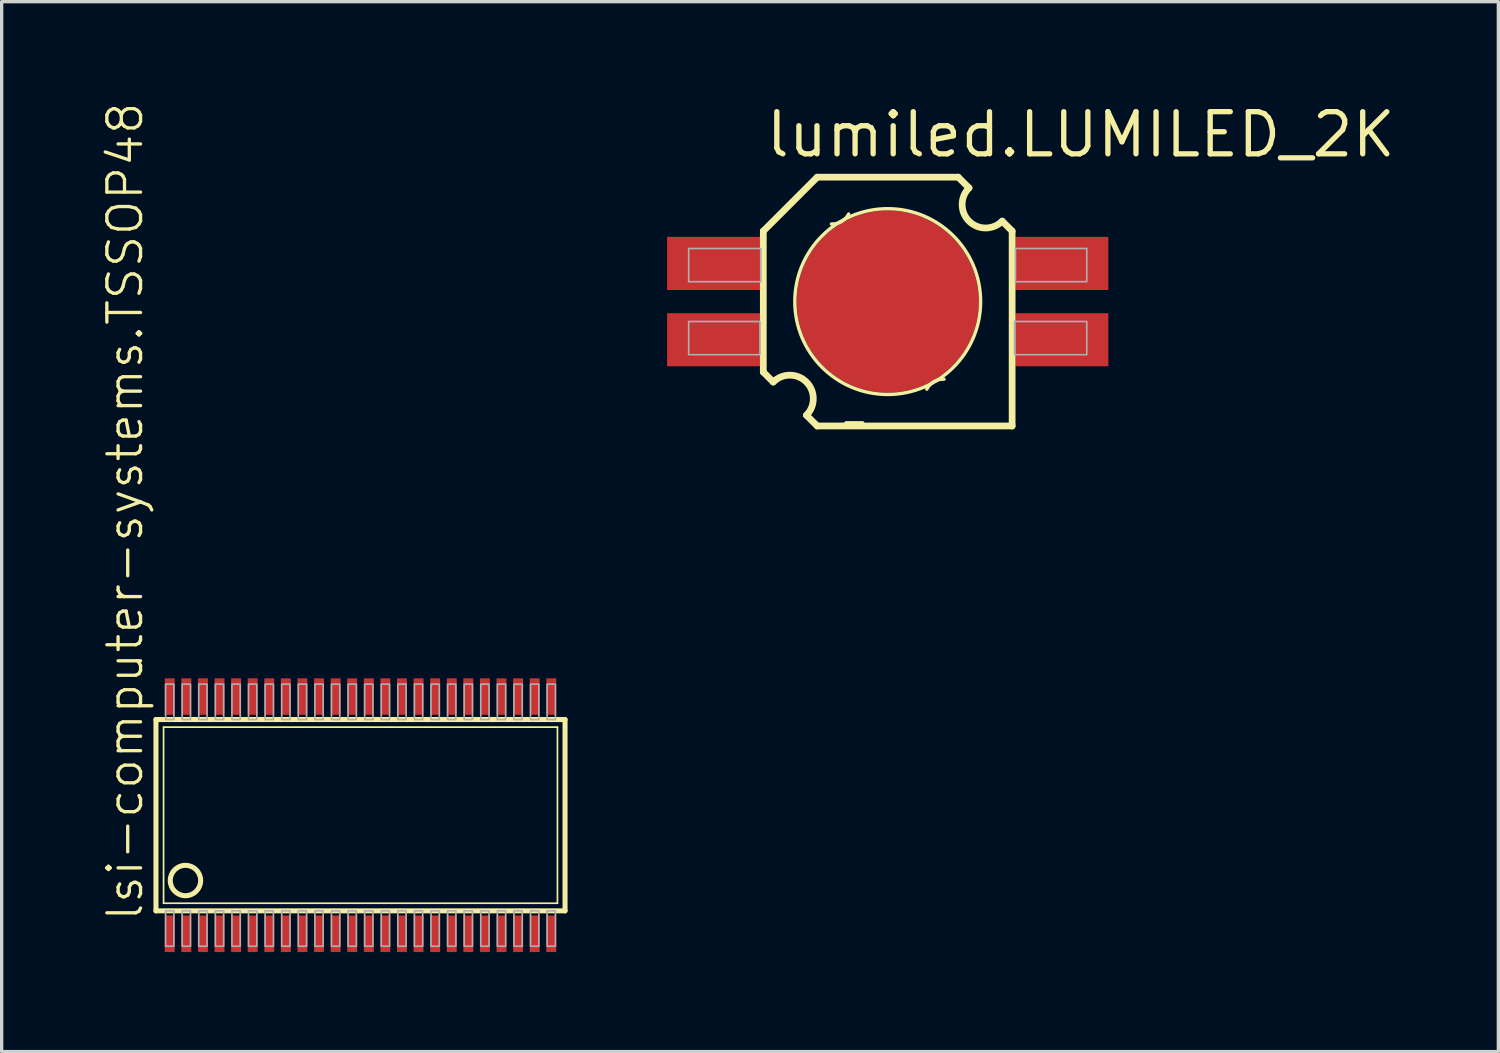
<source format=kicad_pcb>
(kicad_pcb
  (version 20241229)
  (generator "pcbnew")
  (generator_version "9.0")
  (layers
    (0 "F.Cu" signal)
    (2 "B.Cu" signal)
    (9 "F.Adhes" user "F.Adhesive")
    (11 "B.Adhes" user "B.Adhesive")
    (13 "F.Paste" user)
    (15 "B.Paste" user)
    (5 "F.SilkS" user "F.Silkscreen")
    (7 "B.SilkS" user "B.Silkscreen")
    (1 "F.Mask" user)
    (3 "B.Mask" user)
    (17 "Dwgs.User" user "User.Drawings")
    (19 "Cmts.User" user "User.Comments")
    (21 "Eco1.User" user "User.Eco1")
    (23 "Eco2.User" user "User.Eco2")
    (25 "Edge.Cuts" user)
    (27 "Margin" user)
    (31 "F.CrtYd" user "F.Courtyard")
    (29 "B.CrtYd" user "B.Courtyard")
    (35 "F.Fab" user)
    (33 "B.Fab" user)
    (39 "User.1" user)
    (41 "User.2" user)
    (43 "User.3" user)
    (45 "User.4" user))
  (footprint "lsi-computer-systems.TSSOP48"
    (layer "F.Cu")
    (at 7.816 21.521)
    (property "Reference" "lsi-computer-systems.TSSOP48" (at -6.5 3.25 90) (layer "F.SilkS") (effects (font (size 1.016 1.016) (thickness 0.1)) (justify left bottom)))
    (attr smd)
    (fp_line (start -6.165 2.883) (end -6.165 -2.883) (stroke (width 0.152) (type default)) (layer "F.SilkS"))
    (fp_line (start -6.165 2.883) (end 6.165 2.883) (stroke (width 0.152) (type default)) (layer "F.SilkS"))
    (fp_line (start -5.936 2.654) (end -5.936 -2.654) (stroke (width 0.051) (type default)) (layer "F.SilkS"))
    (fp_line (start -5.936 2.654) (end 5.936 2.654) (stroke (width 0.051) (type default)) (layer "F.SilkS"))
    (fp_line (start 5.936 -2.654) (end -5.936 -2.654) (stroke (width 0.051) (type default)) (layer "F.SilkS"))
    (fp_line (start 5.936 -2.654) (end 5.936 2.654) (stroke (width 0.051) (type default)) (layer "F.SilkS"))
    (fp_line (start 6.165 -2.883) (end -6.165 -2.883) (stroke (width 0.152) (type default)) (layer "F.SilkS"))
    (fp_line (start 6.165 -2.883) (end 6.165 2.883) (stroke (width 0.152) (type default)) (layer "F.SilkS"))
    (fp_circle (center -5.276 1.969) (end -4.818 1.969) (stroke (width 0.152) (type default)) (fill no) (layer "F.SilkS"))
    (fp_rect (start -5.875 -2.883) (end -5.625 -3.95) (stroke (width 0.05) (type default)) (fill no) (layer "F.Fab"))
    (fp_rect (start -5.875 3.95) (end -5.625 2.883) (stroke (width 0.05) (type default)) (fill no) (layer "F.Fab"))
    (fp_rect (start -5.375 -2.883) (end -5.125 -3.95) (stroke (width 0.05) (type default)) (fill no) (layer "F.Fab"))
    (fp_rect (start -5.375 3.95) (end -5.125 2.883) (stroke (width 0.05) (type default)) (fill no) (layer "F.Fab"))
    (fp_rect (start -4.875 -2.883) (end -4.625 -3.95) (stroke (width 0.05) (type default)) (fill no) (layer "F.Fab"))
    (fp_rect (start -4.875 3.95) (end -4.625 2.883) (stroke (width 0.05) (type default)) (fill no) (layer "F.Fab"))
    (fp_rect (start -4.375 -2.883) (end -4.125 -3.95) (stroke (width 0.05) (type default)) (fill no) (layer "F.Fab"))
    (fp_rect (start -4.375 3.95) (end -4.125 2.883) (stroke (width 0.05) (type default)) (fill no) (layer "F.Fab"))
    (fp_rect (start -3.875 -2.883) (end -3.625 -3.95) (stroke (width 0.05) (type default)) (fill no) (layer "F.Fab"))
    (fp_rect (start -3.875 3.95) (end -3.625 2.883) (stroke (width 0.05) (type default)) (fill no) (layer "F.Fab"))
    (fp_rect (start -3.375 -2.883) (end -3.125 -3.95) (stroke (width 0.05) (type default)) (fill no) (layer "F.Fab"))
    (fp_rect (start -3.375 3.95) (end -3.125 2.883) (stroke (width 0.05) (type default)) (fill no) (layer "F.Fab"))
    (fp_rect (start -2.875 -2.883) (end -2.625 -3.95) (stroke (width 0.05) (type default)) (fill no) (layer "F.Fab"))
    (fp_rect (start -2.875 3.95) (end -2.625 2.883) (stroke (width 0.05) (type default)) (fill no) (layer "F.Fab"))
    (fp_rect (start -2.375 -2.883) (end -2.125 -3.95) (stroke (width 0.05) (type default)) (fill no) (layer "F.Fab"))
    (fp_rect (start -2.375 3.95) (end -2.125 2.883) (stroke (width 0.05) (type default)) (fill no) (layer "F.Fab"))
    (fp_rect (start -1.875 -2.883) (end -1.625 -3.95) (stroke (width 0.05) (type default)) (fill no) (layer "F.Fab"))
    (fp_rect (start -1.875 3.95) (end -1.625 2.883) (stroke (width 0.05) (type default)) (fill no) (layer "F.Fab"))
    (fp_rect (start -1.375 -2.883) (end -1.125 -3.95) (stroke (width 0.05) (type default)) (fill no) (layer "F.Fab"))
    (fp_rect (start -1.375 3.95) (end -1.125 2.883) (stroke (width 0.05) (type default)) (fill no) (layer "F.Fab"))
    (fp_rect (start -0.875 -2.883) (end -0.625 -3.95) (stroke (width 0.05) (type default)) (fill no) (layer "F.Fab"))
    (fp_rect (start -0.875 3.95) (end -0.625 2.883) (stroke (width 0.05) (type default)) (fill no) (layer "F.Fab"))
    (fp_rect (start -0.375 -2.883) (end -0.125 -3.95) (stroke (width 0.05) (type default)) (fill no) (layer "F.Fab"))
    (fp_rect (start -0.375 3.95) (end -0.125 2.883) (stroke (width 0.05) (type default)) (fill no) (layer "F.Fab"))
    (fp_rect (start 0.125 -2.883) (end 0.375 -3.95) (stroke (width 0.05) (type default)) (fill no) (layer "F.Fab"))
    (fp_rect (start 0.125 3.95) (end 0.375 2.883) (stroke (width 0.05) (type default)) (fill no) (layer "F.Fab"))
    (fp_rect (start 0.625 -2.883) (end 0.875 -3.95) (stroke (width 0.05) (type default)) (fill no) (layer "F.Fab"))
    (fp_rect (start 0.625 3.95) (end 0.875 2.883) (stroke (width 0.05) (type default)) (fill no) (layer "F.Fab"))
    (fp_rect (start 1.125 -2.883) (end 1.375 -3.95) (stroke (width 0.05) (type default)) (fill no) (layer "F.Fab"))
    (fp_rect (start 1.125 3.95) (end 1.375 2.883) (stroke (width 0.05) (type default)) (fill no) (layer "F.Fab"))
    (fp_rect (start 1.625 -2.883) (end 1.875 -3.95) (stroke (width 0.05) (type default)) (fill no) (layer "F.Fab"))
    (fp_rect (start 1.625 3.95) (end 1.875 2.883) (stroke (width 0.05) (type default)) (fill no) (layer "F.Fab"))
    (fp_rect (start 2.125 -2.883) (end 2.375 -3.95) (stroke (width 0.05) (type default)) (fill no) (layer "F.Fab"))
    (fp_rect (start 2.125 3.95) (end 2.375 2.883) (stroke (width 0.05) (type default)) (fill no) (layer "F.Fab"))
    (fp_rect (start 2.625 -2.883) (end 2.875 -3.95) (stroke (width 0.05) (type default)) (fill no) (layer "F.Fab"))
    (fp_rect (start 2.625 3.95) (end 2.875 2.883) (stroke (width 0.05) (type default)) (fill no) (layer "F.Fab"))
    (fp_rect (start 3.125 -2.883) (end 3.375 -3.95) (stroke (width 0.05) (type default)) (fill no) (layer "F.Fab"))
    (fp_rect (start 3.125 3.95) (end 3.375 2.883) (stroke (width 0.05) (type default)) (fill no) (layer "F.Fab"))
    (fp_rect (start 3.625 -2.883) (end 3.875 -3.95) (stroke (width 0.05) (type default)) (fill no) (layer "F.Fab"))
    (fp_rect (start 3.625 3.95) (end 3.875 2.883) (stroke (width 0.05) (type default)) (fill no) (layer "F.Fab"))
    (fp_rect (start 4.125 -2.883) (end 4.375 -3.95) (stroke (width 0.05) (type default)) (fill no) (layer "F.Fab"))
    (fp_rect (start 4.125 3.95) (end 4.375 2.883) (stroke (width 0.05) (type default)) (fill no) (layer "F.Fab"))
    (fp_rect (start 4.625 -2.883) (end 4.875 -3.95) (stroke (width 0.05) (type default)) (fill no) (layer "F.Fab"))
    (fp_rect (start 4.625 3.95) (end 4.875 2.883) (stroke (width 0.05) (type default)) (fill no) (layer "F.Fab"))
    (fp_rect (start 5.125 -2.883) (end 5.375 -3.95) (stroke (width 0.05) (type default)) (fill no) (layer "F.Fab"))
    (fp_rect (start 5.125 3.95) (end 5.375 2.883) (stroke (width 0.05) (type default)) (fill no) (layer "F.Fab"))
    (fp_rect (start 5.625 -2.883) (end 5.875 -3.95) (stroke (width 0.05) (type default)) (fill no) (layer "F.Fab"))
    (fp_rect (start 5.625 3.95) (end 5.875 2.883) (stroke (width 0.05) (type default)) (fill no) (layer "F.Fab"))
    (pad "1" smd roundrect (at -5.75 3.575) (size 0.3 1.1) (layers "F.Cu" "F.Mask" "F.Paste") (roundrect_rratio 0.01))
    (pad "2" smd roundrect (at -5.25 3.575) (size 0.3 1.1) (layers "F.Cu" "F.Mask" "F.Paste") (roundrect_rratio 0.01))
    (pad "3" smd roundrect (at -4.75 3.575) (size 0.3 1.1) (layers "F.Cu" "F.Mask" "F.Paste") (roundrect_rratio 0.01))
    (pad "4" smd roundrect (at -4.25 3.575) (size 0.3 1.1) (layers "F.Cu" "F.Mask" "F.Paste") (roundrect_rratio 0.01))
    (pad "5" smd roundrect (at -3.75 3.575) (size 0.3 1.1) (layers "F.Cu" "F.Mask" "F.Paste") (roundrect_rratio 0.01))
    (pad "6" smd roundrect (at -3.25 3.575) (size 0.3 1.1) (layers "F.Cu" "F.Mask" "F.Paste") (roundrect_rratio 0.01))
    (pad "7" smd roundrect (at -2.75 3.575) (size 0.3 1.1) (layers "F.Cu" "F.Mask" "F.Paste") (roundrect_rratio 0.01))
    (pad "8" smd roundrect (at -2.25 3.575) (size 0.3 1.1) (layers "F.Cu" "F.Mask" "F.Paste") (roundrect_rratio 0.01))
    (pad "9" smd roundrect (at -1.75 3.575) (size 0.3 1.1) (layers "F.Cu" "F.Mask" "F.Paste") (roundrect_rratio 0.01))
    (pad "10" smd roundrect (at -1.25 3.575) (size 0.3 1.1) (layers "F.Cu" "F.Mask" "F.Paste") (roundrect_rratio 0.01))
    (pad "11" smd roundrect (at -0.75 3.575) (size 0.3 1.1) (layers "F.Cu" "F.Mask" "F.Paste") (roundrect_rratio 0.01))
    (pad "12" smd roundrect (at -0.25 3.575) (size 0.3 1.1) (layers "F.Cu" "F.Mask" "F.Paste") (roundrect_rratio 0.01))
    (pad "13" smd roundrect (at 0.25 3.575) (size 0.3 1.1) (layers "F.Cu" "F.Mask" "F.Paste") (roundrect_rratio 0.01))
    (pad "14" smd roundrect (at 0.75 3.575) (size 0.3 1.1) (layers "F.Cu" "F.Mask" "F.Paste") (roundrect_rratio 0.01))
    (pad "15" smd roundrect (at 1.25 3.575) (size 0.3 1.1) (layers "F.Cu" "F.Mask" "F.Paste") (roundrect_rratio 0.01))
    (pad "16" smd roundrect (at 1.75 3.575) (size 0.3 1.1) (layers "F.Cu" "F.Mask" "F.Paste") (roundrect_rratio 0.01))
    (pad "17" smd roundrect (at 2.25 3.575) (size 0.3 1.1) (layers "F.Cu" "F.Mask" "F.Paste") (roundrect_rratio 0.01))
    (pad "18" smd roundrect (at 2.75 3.575) (size 0.3 1.1) (layers "F.Cu" "F.Mask" "F.Paste") (roundrect_rratio 0.01))
    (pad "19" smd roundrect (at 3.25 3.575) (size 0.3 1.1) (layers "F.Cu" "F.Mask" "F.Paste") (roundrect_rratio 0.01))
    (pad "20" smd roundrect (at 3.75 3.575) (size 0.3 1.1) (layers "F.Cu" "F.Mask" "F.Paste") (roundrect_rratio 0.01))
    (pad "21" smd roundrect (at 4.25 3.575) (size 0.3 1.1) (layers "F.Cu" "F.Mask" "F.Paste") (roundrect_rratio 0.01))
    (pad "22" smd roundrect (at 4.75 3.575) (size 0.3 1.1) (layers "F.Cu" "F.Mask" "F.Paste") (roundrect_rratio 0.01))
    (pad "23" smd roundrect (at 5.25 3.575) (size 0.3 1.1) (layers "F.Cu" "F.Mask" "F.Paste") (roundrect_rratio 0.01))
    (pad "24" smd roundrect (at 5.75 3.575) (size 0.3 1.1) (layers "F.Cu" "F.Mask" "F.Paste") (roundrect_rratio 0.01))
    (pad "25" smd roundrect (at 5.75 -3.575 180) (size 0.3 1.1) (layers "F.Cu" "F.Mask" "F.Paste") (roundrect_rratio 0.01))
    (pad "26" smd roundrect (at 5.25 -3.575 180) (size 0.3 1.1) (layers "F.Cu" "F.Mask" "F.Paste") (roundrect_rratio 0.01))
    (pad "27" smd roundrect (at 4.75 -3.575 180) (size 0.3 1.1) (layers "F.Cu" "F.Mask" "F.Paste") (roundrect_rratio 0.01))
    (pad "28" smd roundrect (at 4.25 -3.575 180) (size 0.3 1.1) (layers "F.Cu" "F.Mask" "F.Paste") (roundrect_rratio 0.01))
    (pad "29" smd roundrect (at 3.75 -3.575 180) (size 0.3 1.1) (layers "F.Cu" "F.Mask" "F.Paste") (roundrect_rratio 0.01))
    (pad "30" smd roundrect (at 3.25 -3.575 180) (size 0.3 1.1) (layers "F.Cu" "F.Mask" "F.Paste") (roundrect_rratio 0.01))
    (pad "31" smd roundrect (at 2.75 -3.575 180) (size 0.3 1.1) (layers "F.Cu" "F.Mask" "F.Paste") (roundrect_rratio 0.01))
    (pad "32" smd roundrect (at 2.25 -3.575 180) (size 0.3 1.1) (layers "F.Cu" "F.Mask" "F.Paste") (roundrect_rratio 0.01))
    (pad "33" smd roundrect (at 1.75 -3.575 180) (size 0.3 1.1) (layers "F.Cu" "F.Mask" "F.Paste") (roundrect_rratio 0.01))
    (pad "34" smd roundrect (at 1.25 -3.575 180) (size 0.3 1.1) (layers "F.Cu" "F.Mask" "F.Paste") (roundrect_rratio 0.01))
    (pad "35" smd roundrect (at 0.75 -3.575 180) (size 0.3 1.1) (layers "F.Cu" "F.Mask" "F.Paste") (roundrect_rratio 0.01))
    (pad "36" smd roundrect (at 0.25 -3.575 180) (size 0.3 1.1) (layers "F.Cu" "F.Mask" "F.Paste") (roundrect_rratio 0.01))
    (pad "37" smd roundrect (at -0.25 -3.575 180) (size 0.3 1.1) (layers "F.Cu" "F.Mask" "F.Paste") (roundrect_rratio 0.01))
    (pad "38" smd roundrect (at -0.75 -3.575 180) (size 0.3 1.1) (layers "F.Cu" "F.Mask" "F.Paste") (roundrect_rratio 0.01))
    (pad "39" smd roundrect (at -1.25 -3.575 180) (size 0.3 1.1) (layers "F.Cu" "F.Mask" "F.Paste") (roundrect_rratio 0.01))
    (pad "40" smd roundrect (at -1.75 -3.575 180) (size 0.3 1.1) (layers "F.Cu" "F.Mask" "F.Paste") (roundrect_rratio 0.01))
    (pad "41" smd roundrect (at -2.25 -3.575 180) (size 0.3 1.1) (layers "F.Cu" "F.Mask" "F.Paste") (roundrect_rratio 0.01))
    (pad "42" smd roundrect (at -2.75 -3.575 180) (size 0.3 1.1) (layers "F.Cu" "F.Mask" "F.Paste") (roundrect_rratio 0.01))
    (pad "43" smd roundrect (at -3.25 -3.575 180) (size 0.3 1.1) (layers "F.Cu" "F.Mask" "F.Paste") (roundrect_rratio 0.01))
    (pad "44" smd roundrect (at -3.75 -3.575 180) (size 0.3 1.1) (layers "F.Cu" "F.Mask" "F.Paste") (roundrect_rratio 0.01))
    (pad "45" smd roundrect (at -4.25 -3.575 180) (size 0.3 1.1) (layers "F.Cu" "F.Mask" "F.Paste") (roundrect_rratio 0.01))
    (pad "46" smd roundrect (at -4.75 -3.575 180) (size 0.3 1.1) (layers "F.Cu" "F.Mask" "F.Paste") (roundrect_rratio 0.01))
    (pad "47" smd roundrect (at -5.25 -3.575 180) (size 0.3 1.1) (layers "F.Cu" "F.Mask" "F.Paste") (roundrect_rratio 0.01))
    (pad "48" smd roundrect (at -5.75 -3.575 180) (size 0.3 1.1) (layers "F.Cu" "F.Mask" "F.Paste") (roundrect_rratio 0.01)))
  (footprint "lumiled.LUMILED_2K"
    (layer "F.Cu")
    (at 23.707 6.04)
    (property "Reference" "lumiled.LUMILED_2K" (at -3.75 -4.29 0) (layer "F.SilkS") (effects (font (size 1.27 1.27) (thickness 0.16)) (justify left bottom)))
    (attr smd)
    (fp_poly (pts (xy -2.425 1.325) (xy -2.425 -1.4) (xy -0.05 -2.775) (xy 0.05 -2.775) (xy 2.35 -1.45) (xy 2.425 -1.325) (xy 2.425 1.4) (xy 0 2.8) (xy -2.35 1.45)) (stroke (width 0.203) (type default)) (fill yes) (layer "F.Mask"))
    (fp_line (start -3.75 -2.125) (end -3.75 2.125) (stroke (width 0.203) (type default)) (layer "F.SilkS"))
    (fp_line (start -3.75 2.125) (end -3.45 2.425) (stroke (width 0.203) (type default)) (layer "F.SilkS"))
    (fp_line (start -2.45 3.425) (end -2.125 3.75) (stroke (width 0.203) (type default)) (layer "F.SilkS"))
    (fp_line (start -2.125 -3.75) (end -3.75 -2.125) (stroke (width 0.203) (type default)) (layer "F.SilkS"))
    (fp_line (start -2.125 3.75) (end 3.75 3.75) (stroke (width 0.203) (type default)) (layer "F.SilkS"))
    (fp_line (start -1.256 3.66) (end -0.756 3.66) (stroke (width 0.1) (type default)) (layer "F.SilkS"))
    (fp_line (start -1.256 3.66) (end -0.756 3.66) (stroke (width 0.1) (type default)) (layer "F.SilkS"))
    (fp_line (start 2.125 -3.75) (end -2.125 -3.75) (stroke (width 0.203) (type default)) (layer "F.SilkS"))
    (fp_line (start 2.45 -3.425) (end 2.125 -3.75) (stroke (width 0.203) (type default)) (layer "F.SilkS"))
    (fp_line (start 3.75 -2.125) (end 3.45 -2.425) (stroke (width 0.203) (type default)) (layer "F.SilkS"))
    (fp_line (start 3.75 3.75) (end 3.75 -2.125) (stroke (width 0.203) (type default)) (layer "F.SilkS"))
    (fp_arc (start -3.45 2.425) (mid -2.450602 2.4256) (end -2.45 3.425) (stroke (width 0.2032) (type default)) (layer "F.SilkS"))
    (fp_arc (start -1.1766 -2.6397) (mid -1.393123 -2.413003) (end -1.6977 -2.3388) (stroke (width 0.1016) (type default)) (layer "F.SilkS"))
    (fp_arc (start 1.1766 2.6396) (mid 1.393141 2.412935) (end 1.6977 2.3387) (stroke (width 0.1016) (type default)) (layer "F.SilkS"))
    (fp_arc (start 3.45 -2.425) (mid 2.450602 -2.4256) (end 2.45 -3.425) (stroke (width 0.2032) (type default)) (layer "F.SilkS"))
    (fp_circle (center 0 0) (end 2.8 0) (stroke (width 0.102) (type default)) (fill no) (layer "F.SilkS"))
    (fp_rect (start -6.25 -0.5) (end -4.25 -1.75) (stroke (width 0.05) (type default)) (fill yes) (layer "F.Paste"))
    (fp_rect (start -6.25 1.75) (end -4.25 0.5) (stroke (width 0.05) (type default)) (fill yes) (layer "F.Paste"))
    (fp_poly (pts (xy -2.425 1.325) (xy -2.425 -1.4) (xy -0.05 -2.775) (xy 0.05 -2.775) (xy 2.35 -1.45) (xy 2.425 -1.325) (xy 2.425 1.4) (xy 0 2.8) (xy -2.35 1.45)) (stroke (width 0.203) (type default)) (fill yes) (layer "F.Paste"))
    (fp_rect (start -6 -0.6) (end -3.825 -1.6) (stroke (width 0.05) (type default)) (fill no) (layer "F.Fab"))
    (fp_rect (start -6 1.6) (end -3.85 0.6) (stroke (width 0.05) (type default)) (fill no) (layer "F.Fab"))
    (fp_rect (start 3.825 1.6) (end 6 0.6) (stroke (width 0.05) (type default)) (fill no) (layer "F.Fab"))
    (fp_rect (start 3.85 -0.6) (end 6 -1.6) (stroke (width 0.05) (type default)) (fill no) (layer "F.Fab"))
    (fp_circle (center -2.338 -3.019) (end -2.088 -3.019) (stroke (width 0.001) (type default)) (fill no) (layer "F.Fab"))
    (fp_circle (center -2.338 -2.119) (end -2.088 -2.119) (stroke (width 0.001) (type default)) (fill no) (layer "F.Fab"))
    (fp_circle (center -2.338 2.119) (end -2.088 2.119) (stroke (width 0.001) (type default)) (fill no) (layer "F.Fab"))
    (fp_circle (center -2.338 3.019) (end -2.088 3.019) (stroke (width 0.001) (type default)) (fill no) (layer "F.Fab"))
    (fp_circle (center -1.559 -3.469) (end -1.309 -3.469) (stroke (width 0.001) (type default)) (fill no) (layer "F.Fab"))
    (fp_circle (center -1.559 -2.569) (end -1.309 -2.569) (stroke (width 0.001) (type default)) (fill no) (layer "F.Fab"))
    (fp_circle (center -1.559 2.569) (end -1.309 2.569) (stroke (width 0.001) (type default)) (fill no) (layer "F.Fab"))
    (fp_circle (center -1.559 3.469) (end -1.309 3.469) (stroke (width 0.001) (type default)) (fill no) (layer "F.Fab"))
    (fp_circle (center -0.779 -3.919) (end -0.529 -3.919) (stroke (width 0.001) (type default)) (fill no) (layer "F.Fab"))
    (fp_circle (center -0.779 -3.019) (end -0.529 -3.019) (stroke (width 0.001) (type default)) (fill no) (layer "F.Fab"))
    (fp_circle (center -0.779 3.019) (end -0.529 3.019) (stroke (width 0.001) (type default)) (fill no) (layer "F.Fab"))
    (fp_circle (center -0.779 3.919) (end -0.529 3.919) (stroke (width 0.001) (type default)) (fill no) (layer "F.Fab"))
    (fp_circle (center 0.0001 -4.369) (end 0.25 -4.369) (stroke (width 0.001) (type default)) (fill no) (layer "F.Fab"))
    (fp_circle (center 0.0001 -3.469) (end 0.25 -3.469) (stroke (width 0.001) (type default)) (fill no) (layer "F.Fab"))
    (fp_circle (center 0.0001 3.469) (end 0.25 3.469) (stroke (width 0.001) (type default)) (fill no) (layer "F.Fab"))
    (fp_circle (center 0.0001 4.369) (end 0.25 4.369) (stroke (width 0.001) (type default)) (fill no) (layer "F.Fab"))
    (fp_circle (center 0.779 -3.919) (end 1.03 -3.919) (stroke (width 0.001) (type default)) (fill no) (layer "F.Fab"))
    (fp_circle (center 0.779 -3.019) (end 1.03 -3.019) (stroke (width 0.001) (type default)) (fill no) (layer "F.Fab"))
    (fp_circle (center 0.779 3.019) (end 1.03 3.019) (stroke (width 0.001) (type default)) (fill no) (layer "F.Fab"))
    (fp_circle (center 0.779 3.919) (end 1.03 3.919) (stroke (width 0.001) (type default)) (fill no) (layer "F.Fab"))
    (fp_circle (center 1.559 -3.469) (end 1.809 -3.469) (stroke (width 0.001) (type default)) (fill no) (layer "F.Fab"))
    (fp_circle (center 1.559 -2.569) (end 1.809 -2.569) (stroke (width 0.001) (type default)) (fill no) (layer "F.Fab"))
    (fp_circle (center 1.559 2.569) (end 1.809 2.569) (stroke (width 0.001) (type default)) (fill no) (layer "F.Fab"))
    (fp_circle (center 1.559 3.469) (end 1.809 3.469) (stroke (width 0.001) (type default)) (fill no) (layer "F.Fab"))
    (fp_circle (center 2.338 -3.019) (end 2.588 -3.019) (stroke (width 0.001) (type default)) (fill no) (layer "F.Fab"))
    (fp_circle (center 2.338 -2.119) (end 2.588 -2.119) (stroke (width 0.001) (type default)) (fill no) (layer "F.Fab"))
    (fp_circle (center 2.338 2.119) (end 2.588 2.119) (stroke (width 0.001) (type default)) (fill no) (layer "F.Fab"))
    (fp_circle (center 2.338 3.019) (end 2.588 3.019) (stroke (width 0.001) (type default)) (fill no) (layer "F.Fab"))
    (pad "1" smd roundrect (at -5.25 -1.15) (size 2.8 1.6) (layers "F.Cu" "F.Mask" "F.Paste") (roundrect_rratio 0.01))
    (pad "2" smd roundrect (at -5.25 1.15) (size 2.8 1.6) (layers "F.Cu" "F.Mask" "F.Paste") (roundrect_rratio 0.01))
    (pad "3" smd roundrect (at 5.25 1.15) (size 2.8 1.6) (layers "F.Cu" "F.Mask" "F.Paste") (roundrect_rratio 0.01))
    (pad "4" smd roundrect (at 5.25 -1.15) (size 2.8 1.6) (layers "F.Cu" "F.Mask" "F.Paste") (roundrect_rratio 0.01))
    (pad "TH" smd roundrect (at 0 0) (size 5.5 5.5) (layers "F.Cu" "F.Mask" "F.Paste") (roundrect_rratio 0.5)))
  (gr_rect
    (start -3 -3)
    (end 42.112 28.646)
    (stroke (width 0.1) (type default))
    (fill no)
    (layer "Edge.Cuts")))
</source>
